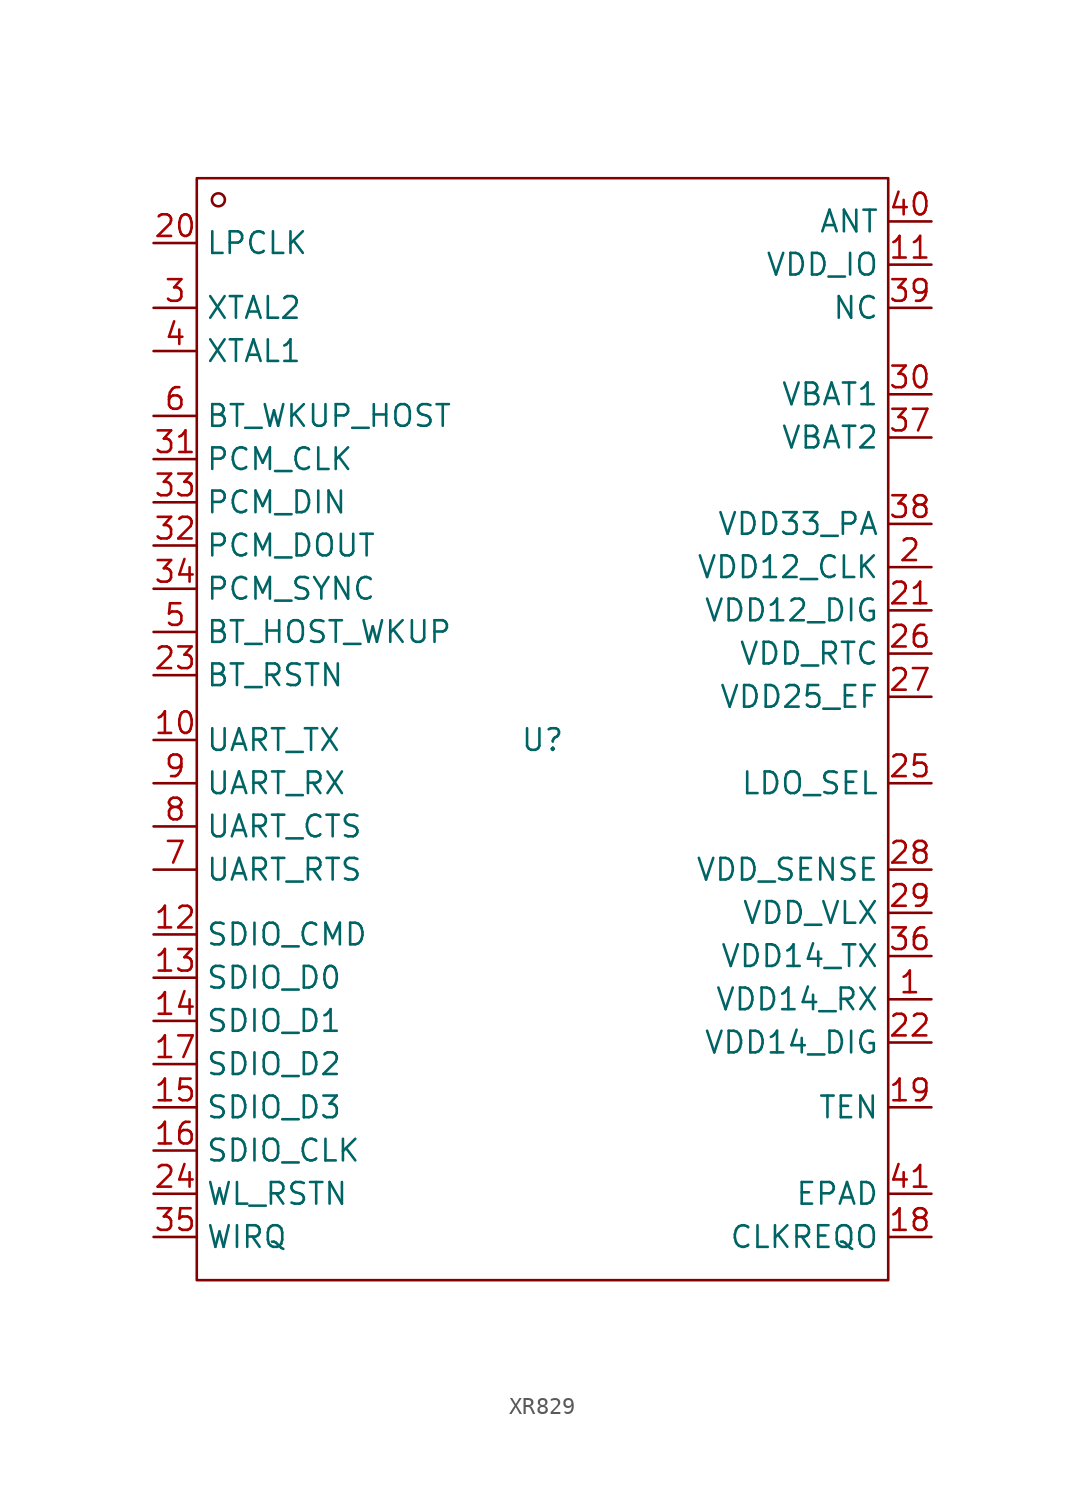
<source format=kicad_sym>
(kicad_symbol_lib
  (version 20231120)
  (generator "kicad_symbol_editor")
  (generator_version "8.0")
  (symbol "XR829"
    (property "Reference" "U"
      (at 0 0 0)
      (effects (font (size 1.27 1.27))))
    (property "Value" ""
      (at 0 0 0)
      (effects (font (size 1.27 1.27))))
    (symbol "XR829_1_0"
      (rectangle (start -20.32 -31.75) (end 20.32 33.02) (stroke (width 0) (type default)) (fill (type none)))
      (circle (center -19.05 31.75) (radius 0.381) (stroke (width 0) (type default)) (fill (type none)))
      (pin unspecified line (at 22.86 -15.24 180) (length 2.54) (name "VDD14_RX" (effects (font (size 1.27 1.27)))) (number "1" (effects (font (size 1.27 1.27)))))
      (pin unspecified line (at -22.86 0 0) (length 2.54) (name "UART_TX" (effects (font (size 1.27 1.27)))) (number "10" (effects (font (size 1.27 1.27)))))
      (pin unspecified line (at 22.86 27.94 180) (length 2.54) (name "VDD_IO" (effects (font (size 1.27 1.27)))) (number "11" (effects (font (size 1.27 1.27)))))
      (pin unspecified line (at -22.86 -11.43 0) (length 2.54) (name "SDIO_CMD" (effects (font (size 1.27 1.27)))) (number "12" (effects (font (size 1.27 1.27)))))
      (pin unspecified line (at -22.86 -13.97 0) (length 2.54) (name "SDIO_D0" (effects (font (size 1.27 1.27)))) (number "13" (effects (font (size 1.27 1.27)))))
      (pin unspecified line (at -22.86 -16.51 0) (length 2.54) (name "SDIO_D1" (effects (font (size 1.27 1.27)))) (number "14" (effects (font (size 1.27 1.27)))))
      (pin unspecified line (at -22.86 -21.59 0) (length 2.54) (name "SDIO_D3" (effects (font (size 1.27 1.27)))) (number "15" (effects (font (size 1.27 1.27)))))
      (pin unspecified line (at -22.86 -24.13 0) (length 2.54) (name "SDIO_CLK" (effects (font (size 1.27 1.27)))) (number "16" (effects (font (size 1.27 1.27)))))
      (pin unspecified line (at -22.86 -19.05 0) (length 2.54) (name "SDIO_D2" (effects (font (size 1.27 1.27)))) (number "17" (effects (font (size 1.27 1.27)))))
      (pin unspecified line (at 22.86 -29.21 180) (length 2.54) (name "CLKREQO" (effects (font (size 1.27 1.27)))) (number "18" (effects (font (size 1.27 1.27)))))
      (pin unspecified line (at 22.86 -21.59 180) (length 2.54) (name "TEN" (effects (font (size 1.27 1.27)))) (number "19" (effects (font (size 1.27 1.27)))))
      (pin unspecified line (at 22.86 10.16 180) (length 2.54) (name "VDD12_CLK" (effects (font (size 1.27 1.27)))) (number "2" (effects (font (size 1.27 1.27)))))
      (pin unspecified line (at -22.86 29.21 0) (length 2.54) (name "LPCLK" (effects (font (size 1.27 1.27)))) (number "20" (effects (font (size 1.27 1.27)))))
      (pin unspecified line (at 22.86 7.62 180) (length 2.54) (name "VDD12_DIG" (effects (font (size 1.27 1.27)))) (number "21" (effects (font (size 1.27 1.27)))))
      (pin unspecified line (at 22.86 -17.78 180) (length 2.54) (name "VDD14_DIG" (effects (font (size 1.27 1.27)))) (number "22" (effects (font (size 1.27 1.27)))))
      (pin unspecified line (at -22.86 3.81 0) (length 2.54) (name "BT_RSTN" (effects (font (size 1.27 1.27)))) (number "23" (effects (font (size 1.27 1.27)))))
      (pin unspecified line (at -22.86 -26.67 0) (length 2.54) (name "WL_RSTN" (effects (font (size 1.27 1.27)))) (number "24" (effects (font (size 1.27 1.27)))))
      (pin unspecified line (at 22.86 -2.54 180) (length 2.54) (name "LDO_SEL" (effects (font (size 1.27 1.27)))) (number "25" (effects (font (size 1.27 1.27)))))
      (pin unspecified line (at 22.86 5.08 180) (length 2.54) (name "VDD_RTC" (effects (font (size 1.27 1.27)))) (number "26" (effects (font (size 1.27 1.27)))))
      (pin unspecified line (at 22.86 2.54 180) (length 2.54) (name "VDD25_EF" (effects (font (size 1.27 1.27)))) (number "27" (effects (font (size 1.27 1.27)))))
      (pin unspecified line (at 22.86 -7.62 180) (length 2.54) (name "VDD_SENSE" (effects (font (size 1.27 1.27)))) (number "28" (effects (font (size 1.27 1.27)))))
      (pin unspecified line (at 22.86 -10.16 180) (length 2.54) (name "VDD_VLX" (effects (font (size 1.27 1.27)))) (number "29" (effects (font (size 1.27 1.27)))))
      (pin unspecified line (at -22.86 25.4 0) (length 2.54) (name "XTAL2" (effects (font (size 1.27 1.27)))) (number "3" (effects (font (size 1.27 1.27)))))
      (pin unspecified line (at 22.86 20.32 180) (length 2.54) (name "VBAT1" (effects (font (size 1.27 1.27)))) (number "30" (effects (font (size 1.27 1.27)))))
      (pin unspecified line (at -22.86 16.51 0) (length 2.54) (name "PCM_CLK" (effects (font (size 1.27 1.27)))) (number "31" (effects (font (size 1.27 1.27)))))
      (pin unspecified line (at -22.86 11.43 0) (length 2.54) (name "PCM_DOUT" (effects (font (size 1.27 1.27)))) (number "32" (effects (font (size 1.27 1.27)))))
      (pin unspecified line (at -22.86 13.97 0) (length 2.54) (name "PCM_DIN" (effects (font (size 1.27 1.27)))) (number "33" (effects (font (size 1.27 1.27)))))
      (pin unspecified line (at -22.86 8.89 0) (length 2.54) (name "PCM_SYNC" (effects (font (size 1.27 1.27)))) (number "34" (effects (font (size 1.27 1.27)))))
      (pin unspecified line (at -22.86 -29.21 0) (length 2.54) (name "WIRQ" (effects (font (size 1.27 1.27)))) (number "35" (effects (font (size 1.27 1.27)))))
      (pin unspecified line (at 22.86 -12.7 180) (length 2.54) (name "VDD14_TX" (effects (font (size 1.27 1.27)))) (number "36" (effects (font (size 1.27 1.27)))))
      (pin unspecified line (at 22.86 17.78 180) (length 2.54) (name "VBAT2" (effects (font (size 1.27 1.27)))) (number "37" (effects (font (size 1.27 1.27)))))
      (pin unspecified line (at 22.86 12.7 180) (length 2.54) (name "VDD33_PA" (effects (font (size 1.27 1.27)))) (number "38" (effects (font (size 1.27 1.27)))))
      (pin unspecified line (at 22.86 25.4 180) (length 2.54) (name "NC" (effects (font (size 1.27 1.27)))) (number "39" (effects (font (size 1.27 1.27)))))
      (pin unspecified line (at -22.86 22.86 0) (length 2.54) (name "XTAL1" (effects (font (size 1.27 1.27)))) (number "4" (effects (font (size 1.27 1.27)))))
      (pin unspecified line (at 22.86 30.48 180) (length 2.54) (name "ANT" (effects (font (size 1.27 1.27)))) (number "40" (effects (font (size 1.27 1.27)))))
      (pin unspecified line (at 22.86 -26.67 180) (length 2.54) (name "EPAD" (effects (font (size 1.27 1.27)))) (number "41" (effects (font (size 1.27 1.27)))))
      (pin unspecified line (at -22.86 6.35 0) (length 2.54) (name "BT_HOST_WKUP" (effects (font (size 1.27 1.27)))) (number "5" (effects (font (size 1.27 1.27)))))
      (pin unspecified line (at -22.86 19.05 0) (length 2.54) (name "BT_WKUP_HOST" (effects (font (size 1.27 1.27)))) (number "6" (effects (font (size 1.27 1.27)))))
      (pin unspecified line (at -22.86 -7.62 0) (length 2.54) (name "UART_RTS" (effects (font (size 1.27 1.27)))) (number "7" (effects (font (size 1.27 1.27)))))
      (pin unspecified line (at -22.86 -5.08 0) (length 2.54) (name "UART_CTS" (effects (font (size 1.27 1.27)))) (number "8" (effects (font (size 1.27 1.27)))))
      (pin unspecified line (at -22.86 -2.54 0) (length 2.54) (name "UART_RX" (effects (font (size 1.27 1.27)))) (number "9" (effects (font (size 1.27 1.27))))))))
</source>
